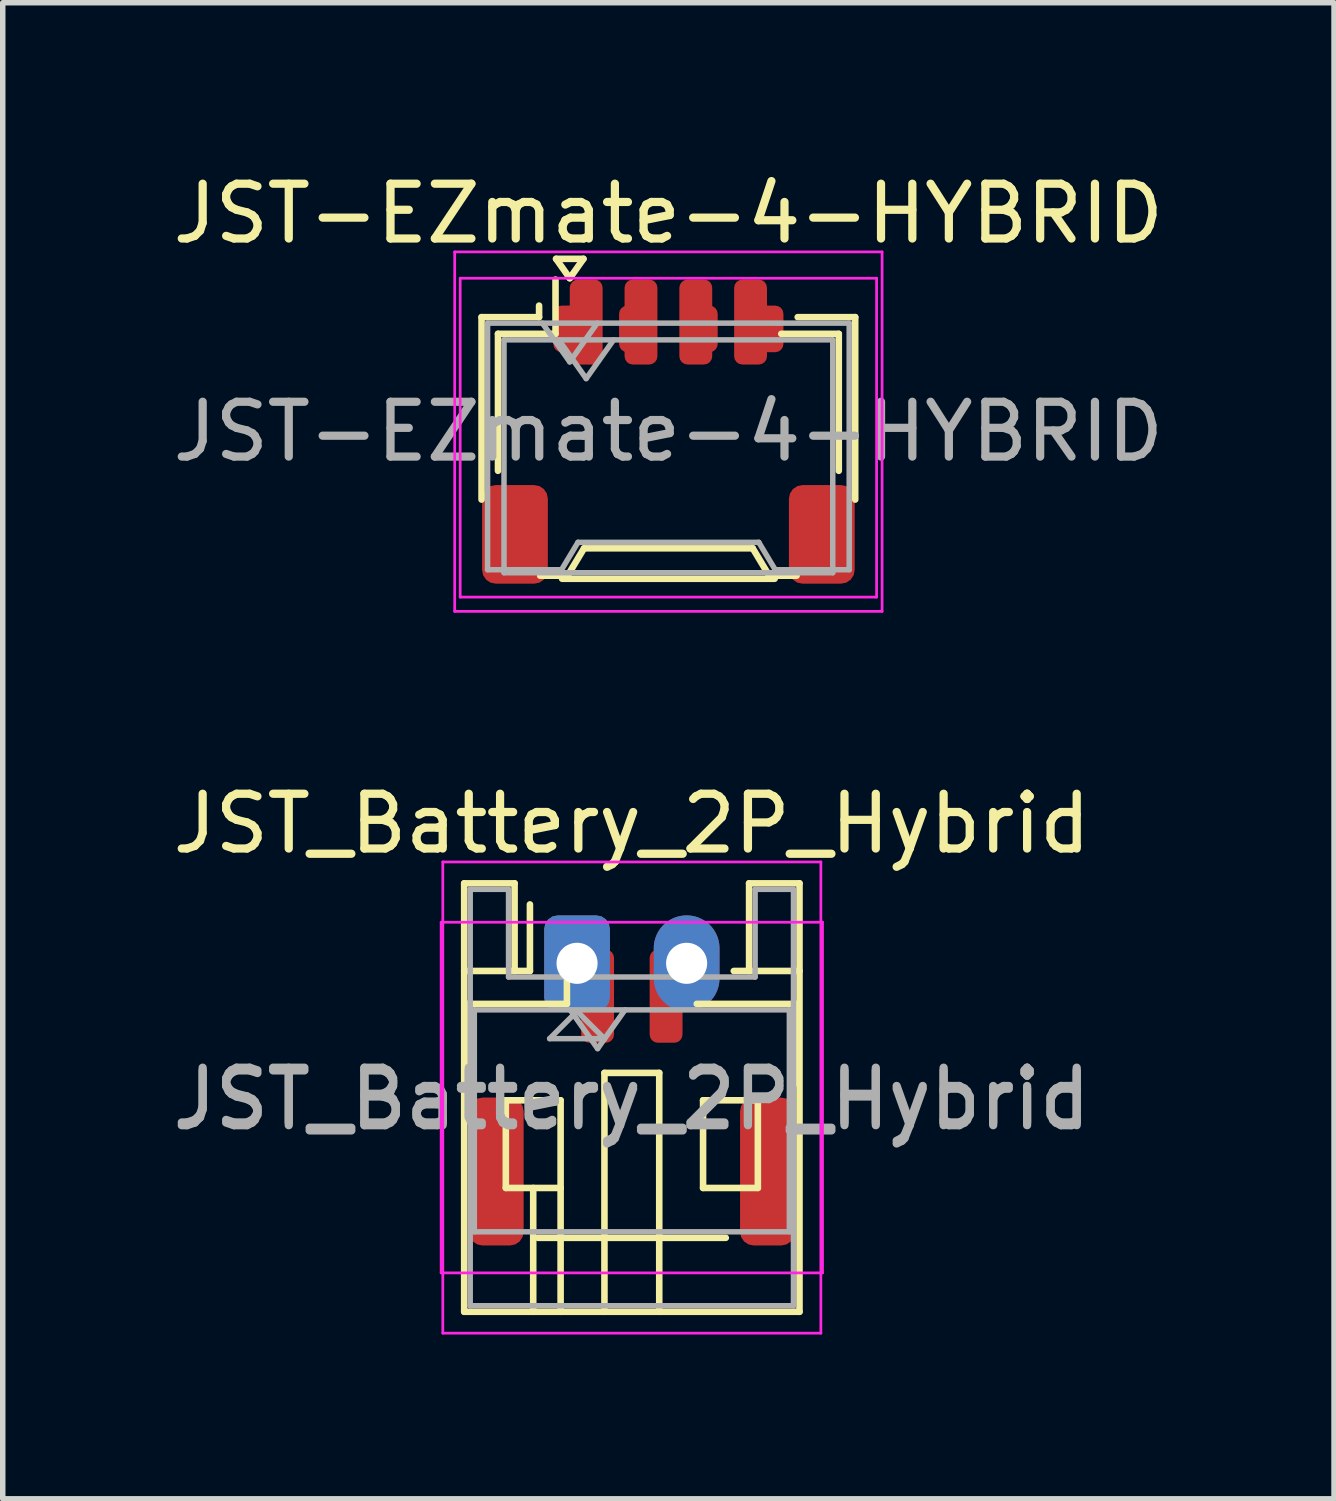
<source format=kicad_pcb>
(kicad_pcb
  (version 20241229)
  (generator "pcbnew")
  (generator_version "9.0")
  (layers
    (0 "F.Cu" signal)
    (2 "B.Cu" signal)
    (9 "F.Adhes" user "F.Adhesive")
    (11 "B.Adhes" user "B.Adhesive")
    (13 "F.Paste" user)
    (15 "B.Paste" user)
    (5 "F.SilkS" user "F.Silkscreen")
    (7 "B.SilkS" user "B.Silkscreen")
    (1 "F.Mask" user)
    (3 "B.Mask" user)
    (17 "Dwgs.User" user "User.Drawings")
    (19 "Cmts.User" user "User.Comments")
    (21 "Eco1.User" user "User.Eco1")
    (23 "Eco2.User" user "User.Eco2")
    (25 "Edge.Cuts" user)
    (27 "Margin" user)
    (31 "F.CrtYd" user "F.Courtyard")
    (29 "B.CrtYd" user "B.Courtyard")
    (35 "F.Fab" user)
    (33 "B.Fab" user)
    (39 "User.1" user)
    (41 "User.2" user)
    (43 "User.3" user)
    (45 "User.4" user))
  (footprint "JST-EZmate-4-HYBRID"
    (layer "F.Cu")
    (at 9.149 4.828)
    (property "Reference" "JST-EZmate-4-HYBRID" (at 0 -3.98 0) (layer "F.SilkS") (effects (font (size 1 1) (thickness 0.15))))
    (attr smd)
    (fp_line (start -3.41 -2.09) (end -2.36 -2.09) (stroke (width 0.12) (type solid)) (layer "F.SilkS"))
    (fp_line (start -3.41 1.24) (end -3.41 -2.09) (stroke (width 0.12) (type solid)) (layer "F.SilkS"))
    (fp_line (start -3.11 -1.785) (end -2.06 -1.785) (stroke (width 0.12) (type solid)) (layer "F.SilkS"))
    (fp_line (start -3.11 0.715) (end -3.11 -1.785) (stroke (width 0.12) (type solid)) (layer "F.SilkS"))
    (fp_line (start -2.36 -2.09) (end -2.36 -2.3) (stroke (width 0.12) (type solid)) (layer "F.SilkS"))
    (fp_line (start -2.34 2.63) (end -1.84 2.63) (stroke (width 0.12) (type solid)) (layer "F.SilkS"))
    (fp_line (start -2.06 -1.785) (end -2.06 -2.775) (stroke (width 0.12) (type solid)) (layer "F.SilkS"))
    (fp_line (start -2.05 -3.154) (end -1.8 -2.8) (stroke (width 0.12) (type solid)) (layer "F.SilkS"))
    (fp_line (start -1.94 2.685) (end 1.94 2.685) (stroke (width 0.12) (type solid)) (layer "F.SilkS"))
    (fp_line (start -1.84 2.63) (end -1.54 2.13) (stroke (width 0.12) (type solid)) (layer "F.SilkS"))
    (fp_line (start -1.8 -2.8) (end -1.55 -3.154) (stroke (width 0.12) (type solid)) (layer "F.SilkS"))
    (fp_line (start -1.55 -3.154) (end -2.05 -3.154) (stroke (width 0.12) (type solid)) (layer "F.SilkS"))
    (fp_line (start -1.54 2.13) (end 1.54 2.13) (stroke (width 0.12) (type solid)) (layer "F.SilkS"))
    (fp_line (start 1.54 2.13) (end 1.84 2.63) (stroke (width 0.12) (type solid)) (layer "F.SilkS"))
    (fp_line (start 1.84 2.63) (end 2.34 2.63) (stroke (width 0.12) (type solid)) (layer "F.SilkS"))
    (fp_line (start 3.11 -1.785) (end 2.06 -1.785) (stroke (width 0.12) (type solid)) (layer "F.SilkS"))
    (fp_line (start 3.11 0.715) (end 3.11 -1.785) (stroke (width 0.12) (type solid)) (layer "F.SilkS"))
    (fp_line (start 3.41 -2.09) (end 2.36 -2.09) (stroke (width 0.12) (type solid)) (layer "F.SilkS"))
    (fp_line (start 3.41 1.24) (end 3.41 -2.09) (stroke (width 0.12) (type solid)) (layer "F.SilkS"))
    (fp_line (start -3.9 -3.28) (end -3.9 3.28) (stroke (width 0.05) (type solid)) (layer "F.CrtYd"))
    (fp_line (start -3.9 3.28) (end 3.9 3.28) (stroke (width 0.05) (type solid)) (layer "F.CrtYd"))
    (fp_line (start -3.8 -2.8) (end -3.8 3.02) (stroke (width 0.05) (type solid)) (layer "F.CrtYd"))
    (fp_line (start -3.8 3.02) (end 3.8 3.02) (stroke (width 0.05) (type solid)) (layer "F.CrtYd"))
    (fp_line (start 3.8 -2.8) (end -3.8 -2.8) (stroke (width 0.05) (type solid)) (layer "F.CrtYd"))
    (fp_line (start 3.8 3.02) (end 3.8 -2.8) (stroke (width 0.05) (type solid)) (layer "F.CrtYd"))
    (fp_line (start 3.9 -3.28) (end -3.9 -3.28) (stroke (width 0.05) (type solid)) (layer "F.CrtYd"))
    (fp_line (start 3.9 3.28) (end 3.9 -3.28) (stroke (width 0.05) (type solid)) (layer "F.CrtYd"))
    (fp_line (start -3.3 -1.98) (end -3.3 2.52) (stroke (width 0.1) (type solid)) (layer "F.Fab"))
    (fp_line (start -3.3 -1.98) (end 3.3 -1.98) (stroke (width 0.1) (type solid)) (layer "F.Fab"))
    (fp_line (start -3.3 2.52) (end -1.95 2.52) (stroke (width 0.1) (type solid)) (layer "F.Fab"))
    (fp_line (start -3 -1.675) (end -3 2.575) (stroke (width 0.1) (type solid)) (layer "F.Fab"))
    (fp_line (start -3 -1.675) (end 3 -1.675) (stroke (width 0.1) (type solid)) (layer "F.Fab"))
    (fp_line (start -3 2.575) (end 3 2.575) (stroke (width 0.1) (type solid)) (layer "F.Fab"))
    (fp_line (start -2.3 -1.98) (end -1.8 -1.273) (stroke (width 0.1) (type solid)) (layer "F.Fab"))
    (fp_line (start -2 -1.675) (end -1.5 -0.968) (stroke (width 0.1) (type solid)) (layer "F.Fab"))
    (fp_line (start -1.95 2.52) (end -1.65 2.02) (stroke (width 0.1) (type solid)) (layer "F.Fab"))
    (fp_line (start -1.8 -1.273) (end -1.3 -1.98) (stroke (width 0.1) (type solid)) (layer "F.Fab"))
    (fp_line (start -1.65 2.02) (end 1.65 2.02) (stroke (width 0.1) (type solid)) (layer "F.Fab"))
    (fp_line (start -1.5 -0.968) (end -1 -1.675) (stroke (width 0.1) (type solid)) (layer "F.Fab"))
    (fp_line (start 1.65 2.02) (end 1.95 2.52) (stroke (width 0.1) (type solid)) (layer "F.Fab"))
    (fp_line (start 1.95 2.52) (end 3.3 2.52) (stroke (width 0.1) (type solid)) (layer "F.Fab"))
    (fp_line (start 3 -1.675) (end 3 2.575) (stroke (width 0.1) (type solid)) (layer "F.Fab"))
    (fp_line (start 3.3 -1.98) (end 3.3 2.52) (stroke (width 0.1) (type solid)) (layer "F.Fab"))
    (fp_text user "${REFERENCE}" (at 0 0 0) (layer "F.Fab") (effects (font (size 1 1) (thickness 0.15))))
    (pad "1" smd roundrect (at -1.8 -1.875) (size 0.6 0.85) (layers "F.Cu" "F.Mask" "F.Paste") (roundrect_rratio 0.25))
    (pad "1" smd roundrect (at -1.5 -2) (size 0.6 1.55) (layers "F.Cu" "F.Mask" "F.Paste") (roundrect_rratio 0.25))
    (pad "2" smd roundrect (at -0.6 -1.875) (size 0.6 0.85) (layers "F.Cu" "F.Mask" "F.Paste") (roundrect_rratio 0.25))
    (pad "2" smd roundrect (at -0.5 -2) (size 0.6 1.55) (layers "F.Cu" "F.Mask" "F.Paste") (roundrect_rratio 0.25))
    (pad "3" smd roundrect (at 0.5 -2) (size 0.6 1.55) (layers "F.Cu" "F.Mask" "F.Paste") (roundrect_rratio 0.25))
    (pad "3" smd roundrect (at 0.6 -1.875) (size 0.6 0.85) (layers "F.Cu" "F.Mask" "F.Paste") (roundrect_rratio 0.25))
    (pad "4" smd roundrect (at 1.5 -2) (size 0.6 1.55) (layers "F.Cu" "F.Mask" "F.Paste") (roundrect_rratio 0.25))
    (pad "4" smd roundrect (at 1.8 -1.875) (size 0.6 0.85) (layers "F.Cu" "F.Mask" "F.Paste") (roundrect_rratio 0.25))
    (pad "MP" smd roundrect (at -2.8 1.875) (size 1.2 1.8) (layers "F.Cu" "F.Mask" "F.Paste") (roundrect_rratio 0.208))
    (pad "MP" smd roundrect (at 2.8 1.875) (size 1.2 1.8) (layers "F.Cu" "F.Mask" "F.Paste") (roundrect_rratio 0.208)))
  (footprint "JST_Battery_2P_Hybrid"
    (layer "F.Cu")
    (at 8.482 16.982)
    (property "Reference" "JST_Battery_2P_Hybrid" (at 0 -5 0) (layer "F.SilkS") (effects (font (size 1 1) (thickness 0.15))))
    (attr through_hole)
    (fp_line (start -3.06 -3.91) (end -3.06 3.91) (stroke (width 0.12) (type solid)) (layer "F.SilkS"))
    (fp_line (start -3.06 -2.31) (end -2.14 -2.31) (stroke (width 0.12) (type solid)) (layer "F.SilkS"))
    (fp_line (start -3.06 3.91) (end 3.06 3.91) (stroke (width 0.12) (type solid)) (layer "F.SilkS"))
    (fp_line (start -2.985 -1.71) (end -1.185 -1.71) (stroke (width 0.12) (type solid)) (layer "F.SilkS"))
    (fp_line (start -2.985 -0.26) (end -2.985 -1.71) (stroke (width 0.12) (type solid)) (layer "F.SilkS"))
    (fp_line (start -2.3 0.05) (end -2.3 1.65) (stroke (width 0.12) (type solid)) (layer "F.SilkS"))
    (fp_line (start -2.3 1.65) (end -1.3 1.65) (stroke (width 0.12) (type solid)) (layer "F.SilkS"))
    (fp_line (start -2.14 -3.91) (end -3.06 -3.91) (stroke (width 0.12) (type solid)) (layer "F.SilkS"))
    (fp_line (start -2.14 -2.31) (end -2.14 -3.91) (stroke (width 0.12) (type solid)) (layer "F.SilkS"))
    (fp_line (start -1.86 -2.31) (end -2.14 -2.31) (stroke (width 0.12) (type solid)) (layer "F.SilkS"))
    (fp_line (start -1.86 -2.31) (end -1.86 -3.525) (stroke (width 0.12) (type solid)) (layer "F.SilkS"))
    (fp_line (start -1.8 1.65) (end -1.8 3.91) (stroke (width 0.12) (type solid)) (layer "F.SilkS"))
    (fp_line (start -1.715 2.56) (end 1.715 2.56) (stroke (width 0.12) (type solid)) (layer "F.SilkS"))
    (fp_line (start -1.3 0.05) (end -2.3 0.05) (stroke (width 0.12) (type solid)) (layer "F.SilkS"))
    (fp_line (start -1.3 1.65) (end -1.3 0.05) (stroke (width 0.12) (type solid)) (layer "F.SilkS"))
    (fp_line (start -1.3 1.65) (end -1.3 3.91) (stroke (width 0.12) (type solid)) (layer "F.SilkS"))
    (fp_line (start -1.185 -1.71) (end -1.185 -2.7) (stroke (width 0.12) (type solid)) (layer "F.SilkS"))
    (fp_line (start -0.5 -0.45) (end 0.5 -0.45) (stroke (width 0.12) (type solid)) (layer "F.SilkS"))
    (fp_line (start -0.5 3.91) (end -0.5 -0.45) (stroke (width 0.12) (type solid)) (layer "F.SilkS"))
    (fp_line (start 0.5 -0.45) (end 0.5 3.91) (stroke (width 0.12) (type solid)) (layer "F.SilkS"))
    (fp_line (start 1.3 0.05) (end 2.3 0.05) (stroke (width 0.12) (type solid)) (layer "F.SilkS"))
    (fp_line (start 1.3 1.65) (end 1.3 0.05) (stroke (width 0.12) (type solid)) (layer "F.SilkS"))
    (fp_line (start 2.14 -3.91) (end 2.14 -2.31) (stroke (width 0.12) (type solid)) (layer "F.SilkS"))
    (fp_line (start 2.14 -2.31) (end 1.86 -2.31) (stroke (width 0.12) (type solid)) (layer "F.SilkS"))
    (fp_line (start 2.3 0.05) (end 2.3 1.65) (stroke (width 0.12) (type solid)) (layer "F.SilkS"))
    (fp_line (start 2.3 1.65) (end 1.3 1.65) (stroke (width 0.12) (type solid)) (layer "F.SilkS"))
    (fp_line (start 2.985 -1.71) (end 1.185 -1.71) (stroke (width 0.12) (type solid)) (layer "F.SilkS"))
    (fp_line (start 2.985 -0.26) (end 2.985 -1.71) (stroke (width 0.12) (type solid)) (layer "F.SilkS"))
    (fp_line (start 3.06 -3.91) (end 2.14 -3.91) (stroke (width 0.12) (type solid)) (layer "F.SilkS"))
    (fp_line (start 3.06 -2.31) (end 2.14 -2.31) (stroke (width 0.12) (type solid)) (layer "F.SilkS"))
    (fp_line (start 3.06 3.91) (end 3.06 -3.91) (stroke (width 0.12) (type solid)) (layer "F.SilkS"))
    (fp_line (start -3.48 -3.2) (end -3.48 3.2) (stroke (width 0.05) (type solid)) (layer "F.CrtYd"))
    (fp_line (start -3.48 3.2) (end 3.48 3.2) (stroke (width 0.05) (type solid)) (layer "F.CrtYd"))
    (fp_line (start -3.45 -4.3) (end -3.45 4.3) (stroke (width 0.05) (type solid)) (layer "F.CrtYd"))
    (fp_line (start -3.45 4.3) (end 3.45 4.3) (stroke (width 0.05) (type solid)) (layer "F.CrtYd"))
    (fp_line (start 3.45 -4.3) (end -3.45 -4.3) (stroke (width 0.05) (type solid)) (layer "F.CrtYd"))
    (fp_line (start 3.45 4.3) (end 3.45 -4.3) (stroke (width 0.05) (type solid)) (layer "F.CrtYd"))
    (fp_line (start 3.48 -3.2) (end -3.48 -3.2) (stroke (width 0.05) (type solid)) (layer "F.CrtYd"))
    (fp_line (start 3.48 3.2) (end 3.48 -3.2) (stroke (width 0.05) (type solid)) (layer "F.CrtYd"))
    (fp_line (start -2.95 -3.8) (end -2.95 3.8) (stroke (width 0.1) (type solid)) (layer "F.Fab"))
    (fp_line (start -2.95 3.8) (end 2.95 3.8) (stroke (width 0.1) (type solid)) (layer "F.Fab"))
    (fp_line (start -2.875 -1.6) (end -2.875 2.45) (stroke (width 0.1) (type solid)) (layer "F.Fab"))
    (fp_line (start -2.875 -1.6) (end 2.875 -1.6) (stroke (width 0.1) (type solid)) (layer "F.Fab"))
    (fp_line (start -2.875 2.45) (end 2.875 2.45) (stroke (width 0.1) (type solid)) (layer "F.Fab"))
    (fp_line (start -2.25 -3.8) (end -2.95 -3.8) (stroke (width 0.1) (type solid)) (layer "F.Fab"))
    (fp_line (start -2.25 -2.2) (end -2.25 -3.8) (stroke (width 0.1) (type solid)) (layer "F.Fab"))
    (fp_line (start -1.5 -1.075) (end -0.5 -1.075) (stroke (width 0.1) (type solid)) (layer "F.Fab"))
    (fp_line (start -1.125 -1.6) (end -0.625 -0.893) (stroke (width 0.1) (type solid)) (layer "F.Fab"))
    (fp_line (start -1 -1.575) (end -1.5 -1.075) (stroke (width 0.1) (type solid)) (layer "F.Fab"))
    (fp_line (start -0.625 -0.893) (end -0.125 -1.6) (stroke (width 0.1) (type solid)) (layer "F.Fab"))
    (fp_line (start -0.5 -1.075) (end -1 -1.575) (stroke (width 0.1) (type solid)) (layer "F.Fab"))
    (fp_line (start 2.25 -3.8) (end 2.25 -2.2) (stroke (width 0.1) (type solid)) (layer "F.Fab"))
    (fp_line (start 2.25 -2.2) (end -2.25 -2.2) (stroke (width 0.1) (type solid)) (layer "F.Fab"))
    (fp_line (start 2.875 -1.6) (end 2.875 2.45) (stroke (width 0.1) (type solid)) (layer "F.Fab"))
    (fp_line (start 2.95 -3.8) (end 2.25 -3.8) (stroke (width 0.1) (type solid)) (layer "F.Fab"))
    (fp_line (start 2.95 3.8) (end 2.95 -3.8) (stroke (width 0.1) (type solid)) (layer "F.Fab"))
    (fp_text user "${REFERENCE}" (at 0 0.05 0) (layer "F.Fab") (effects (font (size 1 1) (thickness 0.15))))
    (fp_text user "${REFERENCE}" (at 0 0 0) (layer "F.Fab") (effects (font (size 1 1) (thickness 0.15))))
    (pad "1" thru_hole roundrect (at -1 -2.45) (size 1.2 1.75) (drill 0.75) (layers "*.Cu" "*.Mask") (roundrect_rratio 0.208))
    (pad "1" smd roundrect (at -0.625 -1.85) (size 0.6 1.7) (layers "F.Cu" "F.Mask" "F.Paste") (roundrect_rratio 0.25))
    (pad "2" smd roundrect (at 0.625 -1.85) (size 0.6 1.7) (layers "F.Cu" "F.Mask" "F.Paste") (roundrect_rratio 0.25))
    (pad "2" thru_hole oval (at 1 -2.45) (size 1.2 1.75) (drill 0.75) (layers "*.Cu" "*.Mask"))
    (pad "MP" smd roundrect (at -2.475 1.35) (size 1 2.7) (layers "F.Cu" "F.Mask" "F.Paste") (roundrect_rratio 0.25))
    (pad "MP" smd roundrect (at 2.475 1.35) (size 1 2.7) (layers "F.Cu" "F.Mask" "F.Paste") (roundrect_rratio 0.25)))
  (gr_rect
    (start -3 -3)
    (end 21.298 24.306)
    (stroke (width 0.1) (type default))
    (fill no)
    (layer "Edge.Cuts")))
</source>
